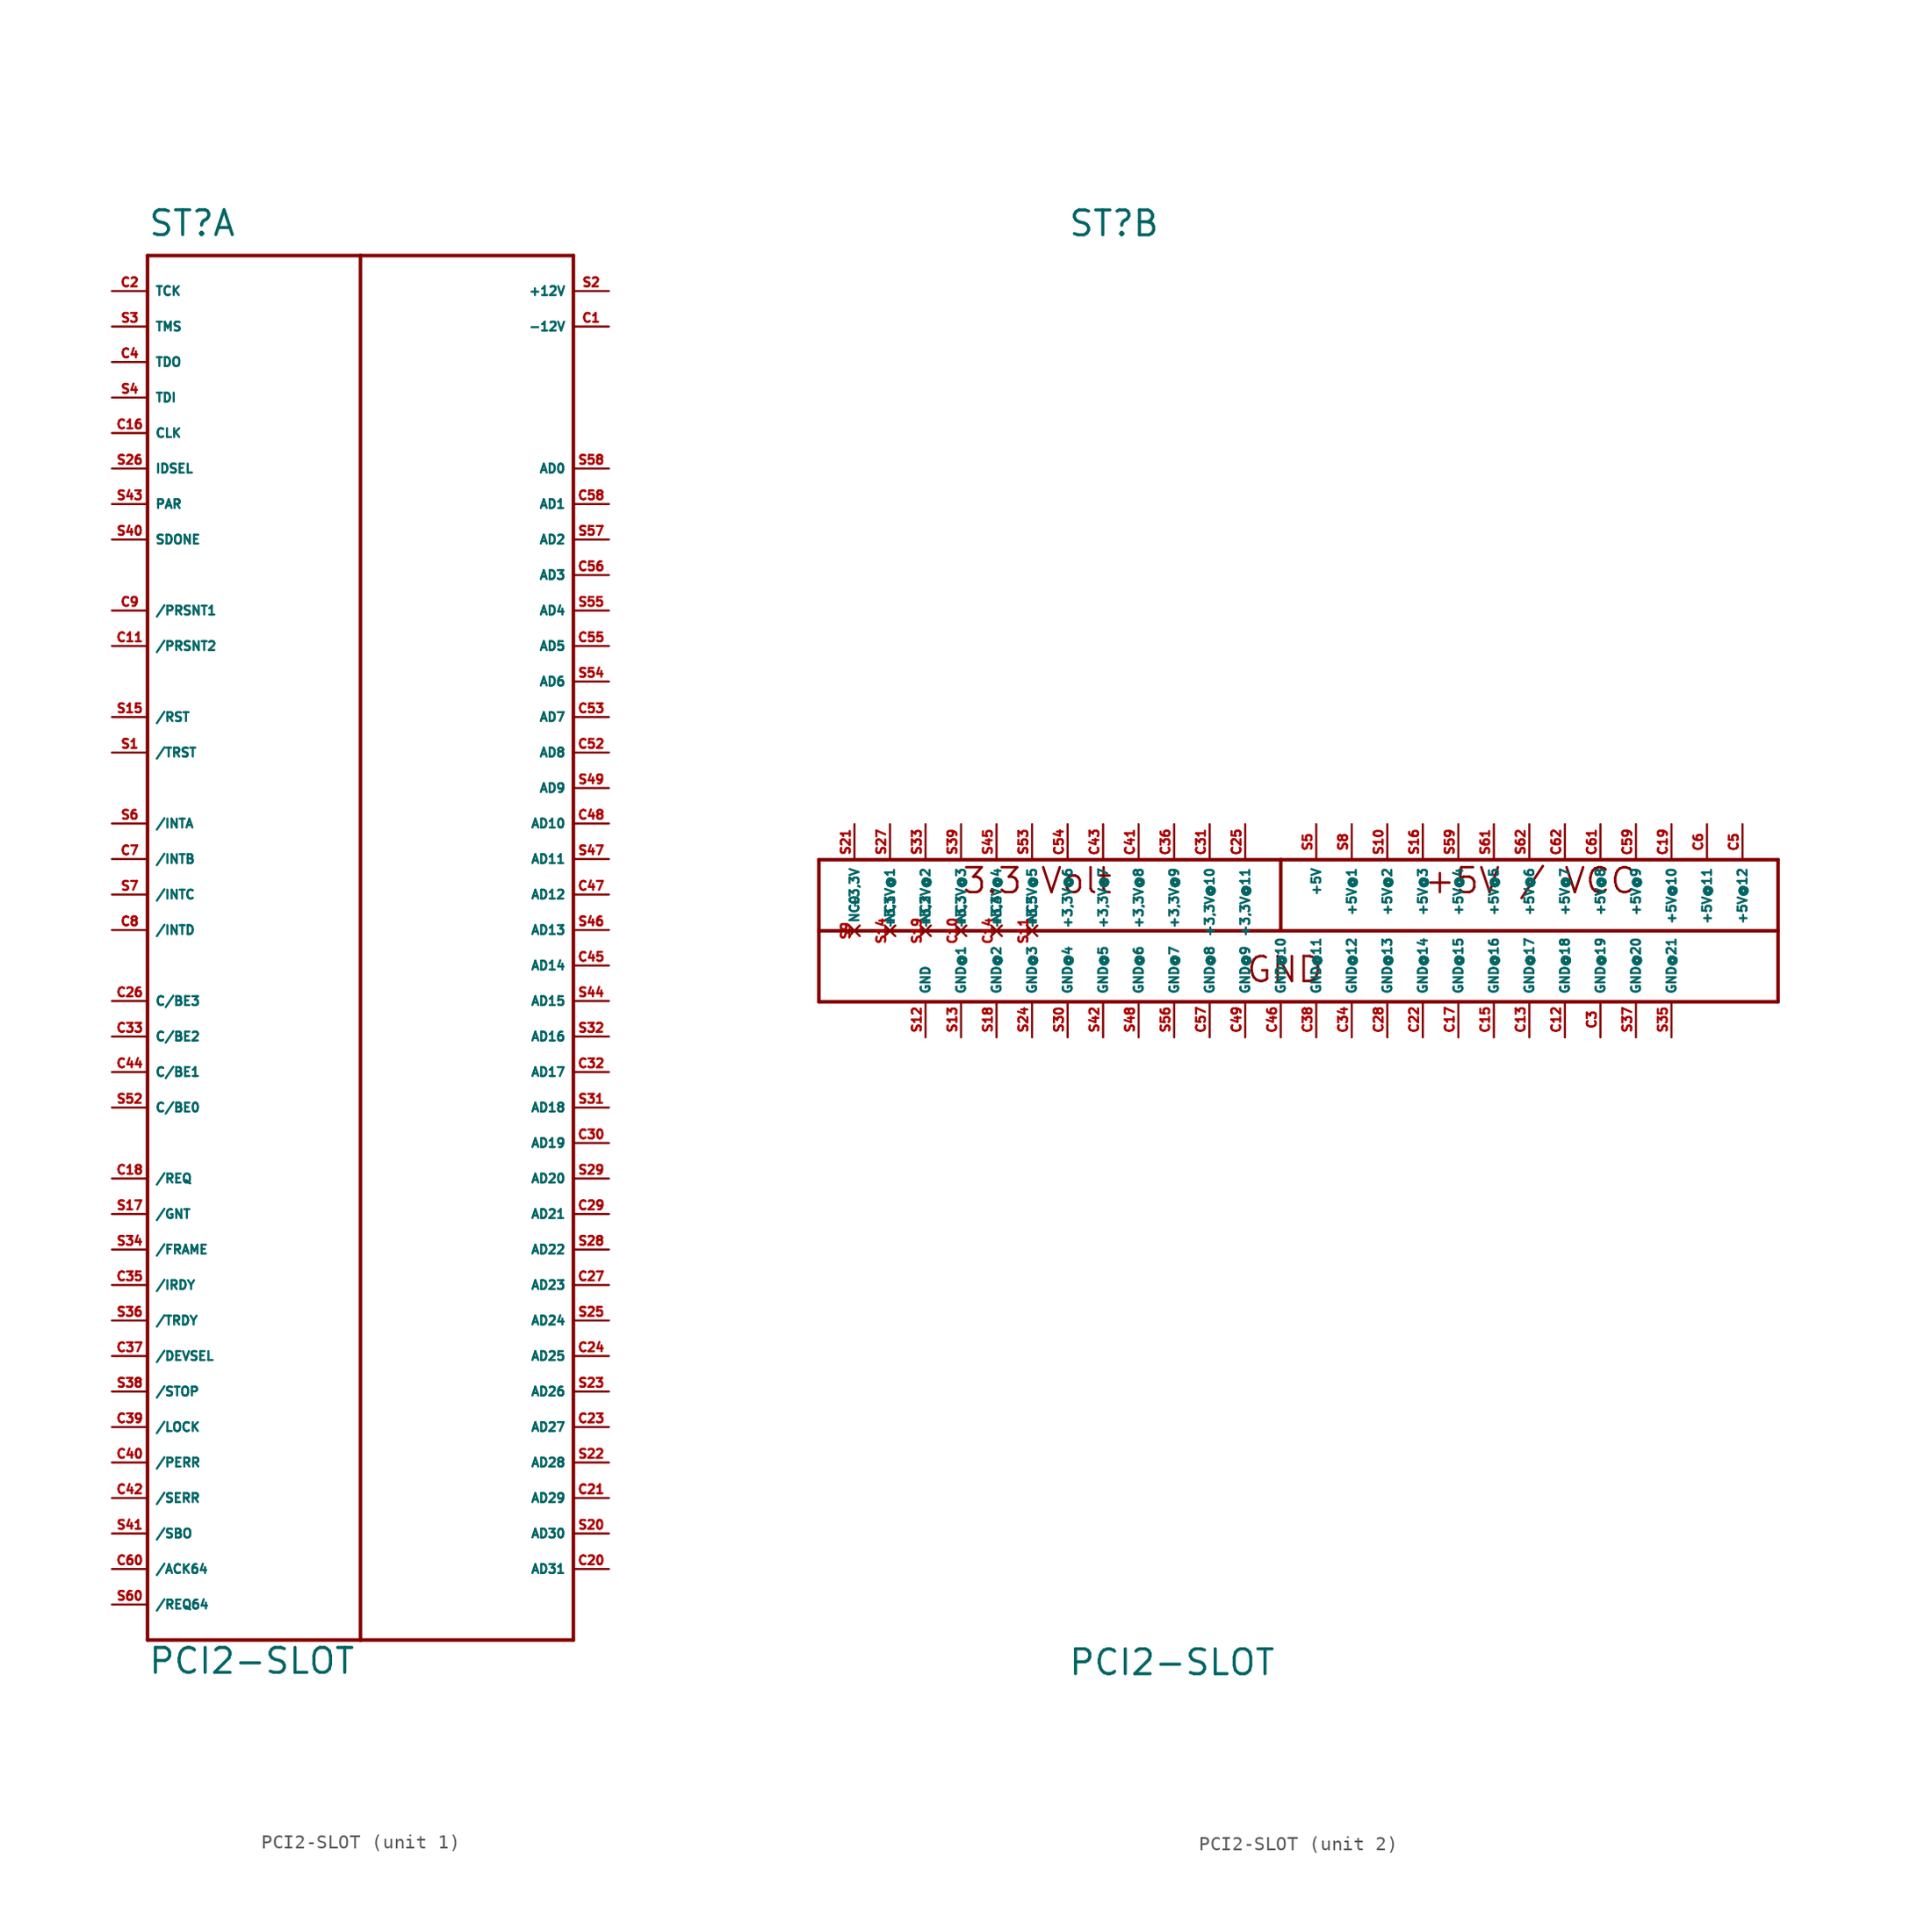
<source format=kicad_sym>
(kicad_symbol_lib
  (version 20220914)
  (generator Eagle2Kicad)
  (symbol "PCI2-SLOT"
    (property "Reference" "ST"
      (at -15.24 49.53 0)
      (effects (font (size 1.778 1.778) (thickness 0.22)) (justify left bottom)))
    (property "Value" "PCI2-SLOT"
      (at -15.24 -53.34 0)
      (effects (font (size 1.778 1.778) (thickness 0.22)) (justify left bottom)))
    (symbol "PCI2-SLOT_1_0"
      (polyline (pts (xy -15.24 48.26) (xy 0 48.26)) (stroke (width 0.254) (type default)) (fill (type none)))
      (polyline (pts (xy 0 48.26) (xy 15.24 48.26)) (stroke (width 0.254) (type default)) (fill (type none)))
      (polyline (pts (xy 15.24 48.26) (xy 15.24 -50.8)) (stroke (width 0.254) (type default)) (fill (type none)))
      (polyline (pts (xy -15.24 -50.8) (xy -15.24 48.26)) (stroke (width 0.254) (type default)) (fill (type none)))
      (polyline (pts (xy -15.24 -50.8) (xy 0 -50.8)) (stroke (width 0.254) (type default)) (fill (type none)))
      (polyline (pts (xy 0 -50.8) (xy 15.24 -50.8)) (stroke (width 0.254) (type default)) (fill (type none)))
      (polyline (pts (xy 0 -50.8) (xy 0 48.26)) (stroke (width 0.254) (type default)) (fill (type none)))
      (pin passive line (at -17.78 -45.72 0) (length 2.54) (name "/ACK64" (effects (font (size 0.635 0.635) (thickness 0.08)) (justify left bottom))) (number "C60" (effects (font (size 0.635 0.635) (thickness 0.08)) (justify left bottom))))
      (pin passive line (at -17.78 -30.48 0) (length 2.54) (name "/DEVSEL" (effects (font (size 0.635 0.635) (thickness 0.08)) (justify left bottom))) (number "C37" (effects (font (size 0.635 0.635) (thickness 0.08)) (justify left bottom))))
      (pin passive line (at -17.78 -22.86 0) (length 2.54) (name "/FRAME" (effects (font (size 0.635 0.635) (thickness 0.08)) (justify left bottom))) (number "S34" (effects (font (size 0.635 0.635) (thickness 0.08)) (justify left bottom))))
      (pin passive line (at -17.78 -20.32 0) (length 2.54) (name "/GNT" (effects (font (size 0.635 0.635) (thickness 0.08)) (justify left bottom))) (number "S17" (effects (font (size 0.635 0.635) (thickness 0.08)) (justify left bottom))))
      (pin passive line (at -17.78 7.62 0) (length 2.54) (name "/INTA" (effects (font (size 0.635 0.635) (thickness 0.08)) (justify left bottom))) (number "S6" (effects (font (size 0.635 0.635) (thickness 0.08)) (justify left bottom))))
      (pin passive line (at -17.78 5.08 0) (length 2.54) (name "/INTB" (effects (font (size 0.635 0.635) (thickness 0.08)) (justify left bottom))) (number "C7" (effects (font (size 0.635 0.635) (thickness 0.08)) (justify left bottom))))
      (pin passive line (at -17.78 2.54 0) (length 2.54) (name "/INTC" (effects (font (size 0.635 0.635) (thickness 0.08)) (justify left bottom))) (number "S7" (effects (font (size 0.635 0.635) (thickness 0.08)) (justify left bottom))))
      (pin passive line (at -17.78 0 0) (length 2.54) (name "/INTD" (effects (font (size 0.635 0.635) (thickness 0.08)) (justify left bottom))) (number "C8" (effects (font (size 0.635 0.635) (thickness 0.08)) (justify left bottom))))
      (pin passive line (at -17.78 -25.4 0) (length 2.54) (name "/IRDY" (effects (font (size 0.635 0.635) (thickness 0.08)) (justify left bottom))) (number "C35" (effects (font (size 0.635 0.635) (thickness 0.08)) (justify left bottom))))
      (pin passive line (at -17.78 -35.56 0) (length 2.54) (name "/LOCK" (effects (font (size 0.635 0.635) (thickness 0.08)) (justify left bottom))) (number "C39" (effects (font (size 0.635 0.635) (thickness 0.08)) (justify left bottom))))
      (pin passive line (at -17.78 -38.1 0) (length 2.54) (name "/PERR" (effects (font (size 0.635 0.635) (thickness 0.08)) (justify left bottom))) (number "C40" (effects (font (size 0.635 0.635) (thickness 0.08)) (justify left bottom))))
      (pin passive line (at -17.78 22.86 0) (length 2.54) (name "/PRSNT1" (effects (font (size 0.635 0.635) (thickness 0.08)) (justify left bottom))) (number "C9" (effects (font (size 0.635 0.635) (thickness 0.08)) (justify left bottom))))
      (pin passive line (at -17.78 20.32 0) (length 2.54) (name "/PRSNT2" (effects (font (size 0.635 0.635) (thickness 0.08)) (justify left bottom))) (number "C11" (effects (font (size 0.635 0.635) (thickness 0.08)) (justify left bottom))))
      (pin passive line (at -17.78 -17.78 0) (length 2.54) (name "/REQ" (effects (font (size 0.635 0.635) (thickness 0.08)) (justify left bottom))) (number "C18" (effects (font (size 0.635 0.635) (thickness 0.08)) (justify left bottom))))
      (pin passive line (at -17.78 -48.26 0) (length 2.54) (name "/REQ64" (effects (font (size 0.635 0.635) (thickness 0.08)) (justify left bottom))) (number "S60" (effects (font (size 0.635 0.635) (thickness 0.08)) (justify left bottom))))
      (pin passive line (at -17.78 15.24 0) (length 2.54) (name "/RST" (effects (font (size 0.635 0.635) (thickness 0.08)) (justify left bottom))) (number "S15" (effects (font (size 0.635 0.635) (thickness 0.08)) (justify left bottom))))
      (pin passive line (at -17.78 -43.18 0) (length 2.54) (name "/SBO" (effects (font (size 0.635 0.635) (thickness 0.08)) (justify left bottom))) (number "S41" (effects (font (size 0.635 0.635) (thickness 0.08)) (justify left bottom))))
      (pin passive line (at -17.78 -40.64 0) (length 2.54) (name "/SERR" (effects (font (size 0.635 0.635) (thickness 0.08)) (justify left bottom))) (number "C42" (effects (font (size 0.635 0.635) (thickness 0.08)) (justify left bottom))))
      (pin passive line (at -17.78 -33.02 0) (length 2.54) (name "/STOP" (effects (font (size 0.635 0.635) (thickness 0.08)) (justify left bottom))) (number "S38" (effects (font (size 0.635 0.635) (thickness 0.08)) (justify left bottom))))
      (pin passive line (at -17.78 -27.94 0) (length 2.54) (name "/TRDY" (effects (font (size 0.635 0.635) (thickness 0.08)) (justify left bottom))) (number "S36" (effects (font (size 0.635 0.635) (thickness 0.08)) (justify left bottom))))
      (pin passive line (at -17.78 12.7 0) (length 2.54) (name "/TRST" (effects (font (size 0.635 0.635) (thickness 0.08)) (justify left bottom))) (number "S1" (effects (font (size 0.635 0.635) (thickness 0.08)) (justify left bottom))))
      (pin unspecified line (at 17.78 45.72 180) (length 2.54) (name "+12V" (effects (font (size 0.635 0.635) (thickness 0.08)) (justify left bottom))) (number "S2" (effects (font (size 0.635 0.635) (thickness 0.08)) (justify left bottom))))
      (pin unspecified line (at 17.78 43.18 180) (length 2.54) (name "-12V" (effects (font (size 0.635 0.635) (thickness 0.08)) (justify left bottom))) (number "C1" (effects (font (size 0.635 0.635) (thickness 0.08)) (justify left bottom))))
      (pin passive line (at 17.78 33.02 180) (length 2.54) (name "AD0" (effects (font (size 0.635 0.635) (thickness 0.08)) (justify left bottom))) (number "S58" (effects (font (size 0.635 0.635) (thickness 0.08)) (justify left bottom))))
      (pin passive line (at 17.78 30.48 180) (length 2.54) (name "AD1" (effects (font (size 0.635 0.635) (thickness 0.08)) (justify left bottom))) (number "C58" (effects (font (size 0.635 0.635) (thickness 0.08)) (justify left bottom))))
      (pin passive line (at 17.78 27.94 180) (length 2.54) (name "AD2" (effects (font (size 0.635 0.635) (thickness 0.08)) (justify left bottom))) (number "S57" (effects (font (size 0.635 0.635) (thickness 0.08)) (justify left bottom))))
      (pin passive line (at 17.78 25.4 180) (length 2.54) (name "AD3" (effects (font (size 0.635 0.635) (thickness 0.08)) (justify left bottom))) (number "C56" (effects (font (size 0.635 0.635) (thickness 0.08)) (justify left bottom))))
      (pin passive line (at 17.78 22.86 180) (length 2.54) (name "AD4" (effects (font (size 0.635 0.635) (thickness 0.08)) (justify left bottom))) (number "S55" (effects (font (size 0.635 0.635) (thickness 0.08)) (justify left bottom))))
      (pin passive line (at 17.78 20.32 180) (length 2.54) (name "AD5" (effects (font (size 0.635 0.635) (thickness 0.08)) (justify left bottom))) (number "C55" (effects (font (size 0.635 0.635) (thickness 0.08)) (justify left bottom))))
      (pin passive line (at 17.78 17.78 180) (length 2.54) (name "AD6" (effects (font (size 0.635 0.635) (thickness 0.08)) (justify left bottom))) (number "S54" (effects (font (size 0.635 0.635) (thickness 0.08)) (justify left bottom))))
      (pin passive line (at 17.78 15.24 180) (length 2.54) (name "AD7" (effects (font (size 0.635 0.635) (thickness 0.08)) (justify left bottom))) (number "C53" (effects (font (size 0.635 0.635) (thickness 0.08)) (justify left bottom))))
      (pin passive line (at 17.78 12.7 180) (length 2.54) (name "AD8" (effects (font (size 0.635 0.635) (thickness 0.08)) (justify left bottom))) (number "C52" (effects (font (size 0.635 0.635) (thickness 0.08)) (justify left bottom))))
      (pin passive line (at 17.78 10.16 180) (length 2.54) (name "AD9" (effects (font (size 0.635 0.635) (thickness 0.08)) (justify left bottom))) (number "S49" (effects (font (size 0.635 0.635) (thickness 0.08)) (justify left bottom))))
      (pin passive line (at 17.78 7.62 180) (length 2.54) (name "AD10" (effects (font (size 0.635 0.635) (thickness 0.08)) (justify left bottom))) (number "C48" (effects (font (size 0.635 0.635) (thickness 0.08)) (justify left bottom))))
      (pin passive line (at 17.78 5.08 180) (length 2.54) (name "AD11" (effects (font (size 0.635 0.635) (thickness 0.08)) (justify left bottom))) (number "S47" (effects (font (size 0.635 0.635) (thickness 0.08)) (justify left bottom))))
      (pin passive line (at 17.78 2.54 180) (length 2.54) (name "AD12" (effects (font (size 0.635 0.635) (thickness 0.08)) (justify left bottom))) (number "C47" (effects (font (size 0.635 0.635) (thickness 0.08)) (justify left bottom))))
      (pin passive line (at 17.78 0 180) (length 2.54) (name "AD13" (effects (font (size 0.635 0.635) (thickness 0.08)) (justify left bottom))) (number "S46" (effects (font (size 0.635 0.635) (thickness 0.08)) (justify left bottom))))
      (pin passive line (at 17.78 -2.54 180) (length 2.54) (name "AD14" (effects (font (size 0.635 0.635) (thickness 0.08)) (justify left bottom))) (number "C45" (effects (font (size 0.635 0.635) (thickness 0.08)) (justify left bottom))))
      (pin passive line (at 17.78 -5.08 180) (length 2.54) (name "AD15" (effects (font (size 0.635 0.635) (thickness 0.08)) (justify left bottom))) (number "S44" (effects (font (size 0.635 0.635) (thickness 0.08)) (justify left bottom))))
      (pin passive line (at 17.78 -7.62 180) (length 2.54) (name "AD16" (effects (font (size 0.635 0.635) (thickness 0.08)) (justify left bottom))) (number "S32" (effects (font (size 0.635 0.635) (thickness 0.08)) (justify left bottom))))
      (pin passive line (at 17.78 -10.16 180) (length 2.54) (name "AD17" (effects (font (size 0.635 0.635) (thickness 0.08)) (justify left bottom))) (number "C32" (effects (font (size 0.635 0.635) (thickness 0.08)) (justify left bottom))))
      (pin passive line (at 17.78 -12.7 180) (length 2.54) (name "AD18" (effects (font (size 0.635 0.635) (thickness 0.08)) (justify left bottom))) (number "S31" (effects (font (size 0.635 0.635) (thickness 0.08)) (justify left bottom))))
      (pin passive line (at 17.78 -15.24 180) (length 2.54) (name "AD19" (effects (font (size 0.635 0.635) (thickness 0.08)) (justify left bottom))) (number "C30" (effects (font (size 0.635 0.635) (thickness 0.08)) (justify left bottom))))
      (pin passive line (at 17.78 -17.78 180) (length 2.54) (name "AD20" (effects (font (size 0.635 0.635) (thickness 0.08)) (justify left bottom))) (number "S29" (effects (font (size 0.635 0.635) (thickness 0.08)) (justify left bottom))))
      (pin passive line (at 17.78 -20.32 180) (length 2.54) (name "AD21" (effects (font (size 0.635 0.635) (thickness 0.08)) (justify left bottom))) (number "C29" (effects (font (size 0.635 0.635) (thickness 0.08)) (justify left bottom))))
      (pin passive line (at 17.78 -22.86 180) (length 2.54) (name "AD22" (effects (font (size 0.635 0.635) (thickness 0.08)) (justify left bottom))) (number "S28" (effects (font (size 0.635 0.635) (thickness 0.08)) (justify left bottom))))
      (pin passive line (at 17.78 -25.4 180) (length 2.54) (name "AD23" (effects (font (size 0.635 0.635) (thickness 0.08)) (justify left bottom))) (number "C27" (effects (font (size 0.635 0.635) (thickness 0.08)) (justify left bottom))))
      (pin passive line (at 17.78 -27.94 180) (length 2.54) (name "AD24" (effects (font (size 0.635 0.635) (thickness 0.08)) (justify left bottom))) (number "S25" (effects (font (size 0.635 0.635) (thickness 0.08)) (justify left bottom))))
      (pin passive line (at 17.78 -30.48 180) (length 2.54) (name "AD25" (effects (font (size 0.635 0.635) (thickness 0.08)) (justify left bottom))) (number "C24" (effects (font (size 0.635 0.635) (thickness 0.08)) (justify left bottom))))
      (pin passive line (at 17.78 -33.02 180) (length 2.54) (name "AD26" (effects (font (size 0.635 0.635) (thickness 0.08)) (justify left bottom))) (number "S23" (effects (font (size 0.635 0.635) (thickness 0.08)) (justify left bottom))))
      (pin passive line (at 17.78 -35.56 180) (length 2.54) (name "AD27" (effects (font (size 0.635 0.635) (thickness 0.08)) (justify left bottom))) (number "C23" (effects (font (size 0.635 0.635) (thickness 0.08)) (justify left bottom))))
      (pin passive line (at 17.78 -38.1 180) (length 2.54) (name "AD28" (effects (font (size 0.635 0.635) (thickness 0.08)) (justify left bottom))) (number "S22" (effects (font (size 0.635 0.635) (thickness 0.08)) (justify left bottom))))
      (pin passive line (at 17.78 -40.64 180) (length 2.54) (name "AD29" (effects (font (size 0.635 0.635) (thickness 0.08)) (justify left bottom))) (number "C21" (effects (font (size 0.635 0.635) (thickness 0.08)) (justify left bottom))))
      (pin passive line (at 17.78 -43.18 180) (length 2.54) (name "AD30" (effects (font (size 0.635 0.635) (thickness 0.08)) (justify left bottom))) (number "S20" (effects (font (size 0.635 0.635) (thickness 0.08)) (justify left bottom))))
      (pin passive line (at 17.78 -45.72 180) (length 2.54) (name "AD31" (effects (font (size 0.635 0.635) (thickness 0.08)) (justify left bottom))) (number "C20" (effects (font (size 0.635 0.635) (thickness 0.08)) (justify left bottom))))
      (pin passive line (at -17.78 -12.7 0) (length 2.54) (name "C/BE0" (effects (font (size 0.635 0.635) (thickness 0.08)) (justify left bottom))) (number "S52" (effects (font (size 0.635 0.635) (thickness 0.08)) (justify left bottom))))
      (pin passive line (at -17.78 -10.16 0) (length 2.54) (name "C/BE1" (effects (font (size 0.635 0.635) (thickness 0.08)) (justify left bottom))) (number "C44" (effects (font (size 0.635 0.635) (thickness 0.08)) (justify left bottom))))
      (pin passive line (at -17.78 -7.62 0) (length 2.54) (name "C/BE2" (effects (font (size 0.635 0.635) (thickness 0.08)) (justify left bottom))) (number "C33" (effects (font (size 0.635 0.635) (thickness 0.08)) (justify left bottom))))
      (pin passive line (at -17.78 -5.08 0) (length 2.54) (name "C/BE3" (effects (font (size 0.635 0.635) (thickness 0.08)) (justify left bottom))) (number "C26" (effects (font (size 0.635 0.635) (thickness 0.08)) (justify left bottom))))
      (pin passive line (at -17.78 35.56 0) (length 2.54) (name "CLK" (effects (font (size 0.635 0.635) (thickness 0.08)) (justify left bottom))) (number "C16" (effects (font (size 0.635 0.635) (thickness 0.08)) (justify left bottom))))
      (pin passive line (at -17.78 33.02 0) (length 2.54) (name "IDSEL" (effects (font (size 0.635 0.635) (thickness 0.08)) (justify left bottom))) (number "S26" (effects (font (size 0.635 0.635) (thickness 0.08)) (justify left bottom))))
      (pin passive line (at -17.78 30.48 0) (length 2.54) (name "PAR" (effects (font (size 0.635 0.635) (thickness 0.08)) (justify left bottom))) (number "S43" (effects (font (size 0.635 0.635) (thickness 0.08)) (justify left bottom))))
      (pin passive line (at -17.78 27.94 0) (length 2.54) (name "SDONE" (effects (font (size 0.635 0.635) (thickness 0.08)) (justify left bottom))) (number "S40" (effects (font (size 0.635 0.635) (thickness 0.08)) (justify left bottom))))
      (pin passive line (at -17.78 45.72 0) (length 2.54) (name "TCK" (effects (font (size 0.635 0.635) (thickness 0.08)) (justify left bottom))) (number "C2" (effects (font (size 0.635 0.635) (thickness 0.08)) (justify left bottom))))
      (pin passive line (at -17.78 38.1 0) (length 2.54) (name "TDI" (effects (font (size 0.635 0.635) (thickness 0.08)) (justify left bottom))) (number "S4" (effects (font (size 0.635 0.635) (thickness 0.08)) (justify left bottom))))
      (pin passive line (at -17.78 40.64 0) (length 2.54) (name "TDO" (effects (font (size 0.635 0.635) (thickness 0.08)) (justify left bottom))) (number "C4" (effects (font (size 0.635 0.635) (thickness 0.08)) (justify left bottom))))
      (pin passive line (at -17.78 43.18 0) (length 2.54) (name "TMS" (effects (font (size 0.635 0.635) (thickness 0.08)) (justify left bottom))) (number "S3" (effects (font (size 0.635 0.635) (thickness 0.08)) (justify left bottom)))))
    (symbol "PCI2-SLOT_2_0"
      (polyline (pts (xy -33.02 5.08) (xy 0 5.08)) (stroke (width 0.254) (type default)) (fill (type none)))
      (polyline (pts (xy 0 5.08) (xy 35.56 5.08)) (stroke (width 0.254) (type default)) (fill (type none)))
      (polyline (pts (xy 35.56 5.08) (xy 35.56 0)) (stroke (width 0.254) (type default)) (fill (type none)))
      (polyline (pts (xy 35.56 0) (xy 35.56 -5.08)) (stroke (width 0.254) (type default)) (fill (type none)))
      (polyline (pts (xy 35.56 -5.08) (xy -33.02 -5.08)) (stroke (width 0.254) (type default)) (fill (type none)))
      (polyline (pts (xy -33.02 -5.08) (xy -33.02 0)) (stroke (width 0.254) (type default)) (fill (type none)))
      (polyline (pts (xy -33.02 0) (xy -33.02 5.08)) (stroke (width 0.254) (type default)) (fill (type none)))
      (polyline (pts (xy -33.02 0) (xy 0 0)) (stroke (width 0.254) (type default)) (fill (type none)))
      (polyline (pts (xy 0 0) (xy 35.56 0)) (stroke (width 0.254) (type default)) (fill (type none)))
      (polyline (pts (xy 0 0) (xy 0 5.08)) (stroke (width 0.254) (type default)) (fill (type none)))
      (text "3.3 Volt" (at -22.86 2.54 0) (effects (font (size 1.778 1.778) (thickness 0.18)) (justify left bottom)))
      (text "+5V / VCC" (at 10.16 2.54 0) (effects (font (size 1.778 1.778) (thickness 0.18)) (justify left bottom)))
      (text "GND" (at -2.54 -3.81 0) (effects (font (size 1.778 1.778) (thickness 0.18)) (justify left bottom)))
      (pin unspecified line (at -30.48 7.62 270) (length 2.54) (name "+3,3V" (effects (font (size 0.635 0.635) (thickness 0.08)) (justify left bottom))) (number "S21" (effects (font (size 0.635 0.635) (thickness 0.08)) (justify left bottom))))
      (pin unspecified line (at -27.94 7.62 270) (length 2.54) (name "+3,3V@1" (effects (font (size 0.635 0.635) (thickness 0.08)) (justify left bottom))) (number "S27" (effects (font (size 0.635 0.635) (thickness 0.08)) (justify left bottom))))
      (pin unspecified line (at -25.4 7.62 270) (length 2.54) (name "+3,3V@2" (effects (font (size 0.635 0.635) (thickness 0.08)) (justify left bottom))) (number "S33" (effects (font (size 0.635 0.635) (thickness 0.08)) (justify left bottom))))
      (pin passive line (at -22.86 7.62 270) (length 2.54) (name "+3,3V@3" (effects (font (size 0.635 0.635) (thickness 0.08)) (justify left bottom))) (number "S39" (effects (font (size 0.635 0.635) (thickness 0.08)) (justify left bottom))))
      (pin unspecified line (at -20.32 7.62 270) (length 2.54) (name "+3,3V@4" (effects (font (size 0.635 0.635) (thickness 0.08)) (justify left bottom))) (number "S45" (effects (font (size 0.635 0.635) (thickness 0.08)) (justify left bottom))))
      (pin unspecified line (at -17.78 7.62 270) (length 2.54) (name "+3,3V@5" (effects (font (size 0.635 0.635) (thickness 0.08)) (justify left bottom))) (number "S53" (effects (font (size 0.635 0.635) (thickness 0.08)) (justify left bottom))))
      (pin unspecified line (at -2.54 7.62 270) (length 2.54) (name "+3,3V@11" (effects (font (size 0.635 0.635) (thickness 0.08)) (justify left bottom))) (number "C25" (effects (font (size 0.635 0.635) (thickness 0.08)) (justify left bottom))))
      (pin unspecified line (at -5.08 7.62 270) (length 2.54) (name "+3,3V@10" (effects (font (size 0.635 0.635) (thickness 0.08)) (justify left bottom))) (number "C31" (effects (font (size 0.635 0.635) (thickness 0.08)) (justify left bottom))))
      (pin unspecified line (at -7.62 7.62 270) (length 2.54) (name "+3,3V@9" (effects (font (size 0.635 0.635) (thickness 0.08)) (justify left bottom))) (number "C36" (effects (font (size 0.635 0.635) (thickness 0.08)) (justify left bottom))))
      (pin unspecified line (at -10.16 7.62 270) (length 2.54) (name "+3,3V@8" (effects (font (size 0.635 0.635) (thickness 0.08)) (justify left bottom))) (number "C41" (effects (font (size 0.635 0.635) (thickness 0.08)) (justify left bottom))))
      (pin unspecified line (at -12.7 7.62 270) (length 2.54) (name "+3,3V@7" (effects (font (size 0.635 0.635) (thickness 0.08)) (justify left bottom))) (number "C43" (effects (font (size 0.635 0.635) (thickness 0.08)) (justify left bottom))))
      (pin unspecified line (at -15.24 7.62 270) (length 2.54) (name "+3,3V@6" (effects (font (size 0.635 0.635) (thickness 0.08)) (justify left bottom))) (number "C54" (effects (font (size 0.635 0.635) (thickness 0.08)) (justify left bottom))))
      (pin unspecified line (at 2.54 7.62 270) (length 2.54) (name "+5V" (effects (font (size 0.635 0.635) (thickness 0.08)) (justify left bottom))) (number "S5" (effects (font (size 0.635 0.635) (thickness 0.08)) (justify left bottom))))
      (pin unspecified line (at 5.08 7.62 270) (length 2.54) (name "+5V@1" (effects (font (size 0.635 0.635) (thickness 0.08)) (justify left bottom))) (number "S8" (effects (font (size 0.635 0.635) (thickness 0.08)) (justify left bottom))))
      (pin unspecified line (at 7.62 7.62 270) (length 2.54) (name "+5V@2" (effects (font (size 0.635 0.635) (thickness 0.08)) (justify left bottom))) (number "S10" (effects (font (size 0.635 0.635) (thickness 0.08)) (justify left bottom))))
      (pin unspecified line (at 10.16 7.62 270) (length 2.54) (name "+5V@3" (effects (font (size 0.635 0.635) (thickness 0.08)) (justify left bottom))) (number "S16" (effects (font (size 0.635 0.635) (thickness 0.08)) (justify left bottom))))
      (pin unspecified line (at 12.7 7.62 270) (length 2.54) (name "+5V@4" (effects (font (size 0.635 0.635) (thickness 0.08)) (justify left bottom))) (number "S59" (effects (font (size 0.635 0.635) (thickness 0.08)) (justify left bottom))))
      (pin unspecified line (at 15.24 7.62 270) (length 2.54) (name "+5V@5" (effects (font (size 0.635 0.635) (thickness 0.08)) (justify left bottom))) (number "S61" (effects (font (size 0.635 0.635) (thickness 0.08)) (justify left bottom))))
      (pin unspecified line (at 17.78 7.62 270) (length 2.54) (name "+5V@6" (effects (font (size 0.635 0.635) (thickness 0.08)) (justify left bottom))) (number "S62" (effects (font (size 0.635 0.635) (thickness 0.08)) (justify left bottom))))
      (pin unspecified line (at 33.02 7.62 270) (length 2.54) (name "+5V@12" (effects (font (size 0.635 0.635) (thickness 0.08)) (justify left bottom))) (number "C5" (effects (font (size 0.635 0.635) (thickness 0.08)) (justify left bottom))))
      (pin unspecified line (at 30.48 7.62 270) (length 2.54) (name "+5V@11" (effects (font (size 0.635 0.635) (thickness 0.08)) (justify left bottom))) (number "C6" (effects (font (size 0.635 0.635) (thickness 0.08)) (justify left bottom))))
      (pin unspecified line (at 27.94 7.62 270) (length 2.54) (name "+5V@10" (effects (font (size 0.635 0.635) (thickness 0.08)) (justify left bottom))) (number "C19" (effects (font (size 0.635 0.635) (thickness 0.08)) (justify left bottom))))
      (pin unspecified line (at 25.4 7.62 270) (length 2.54) (name "+5V@9" (effects (font (size 0.635 0.635) (thickness 0.08)) (justify left bottom))) (number "C59" (effects (font (size 0.635 0.635) (thickness 0.08)) (justify left bottom))))
      (pin unspecified line (at 22.86 7.62 270) (length 2.54) (name "+5V@8" (effects (font (size 0.635 0.635) (thickness 0.08)) (justify left bottom))) (number "C61" (effects (font (size 0.635 0.635) (thickness 0.08)) (justify left bottom))))
      (pin unspecified line (at 20.32 7.62 270) (length 2.54) (name "+5V@7" (effects (font (size 0.635 0.635) (thickness 0.08)) (justify left bottom))) (number "C62" (effects (font (size 0.635 0.635) (thickness 0.08)) (justify left bottom))))
      (pin unspecified line (at -25.4 -7.62 90) (length 2.54) (name "GND" (effects (font (size 0.635 0.635) (thickness 0.08)) (justify left bottom))) (number "S12" (effects (font (size 0.635 0.635) (thickness 0.08)) (justify left bottom))))
      (pin unspecified line (at -22.86 -7.62 90) (length 2.54) (name "GND@1" (effects (font (size 0.635 0.635) (thickness 0.08)) (justify left bottom))) (number "S13" (effects (font (size 0.635 0.635) (thickness 0.08)) (justify left bottom))))
      (pin unspecified line (at -20.32 -7.62 90) (length 2.54) (name "GND@2" (effects (font (size 0.635 0.635) (thickness 0.08)) (justify left bottom))) (number "S18" (effects (font (size 0.635 0.635) (thickness 0.08)) (justify left bottom))))
      (pin unspecified line (at -17.78 -7.62 90) (length 2.54) (name "GND@3" (effects (font (size 0.635 0.635) (thickness 0.08)) (justify left bottom))) (number "S24" (effects (font (size 0.635 0.635) (thickness 0.08)) (justify left bottom))))
      (pin unspecified line (at -15.24 -7.62 90) (length 2.54) (name "GND@4" (effects (font (size 0.635 0.635) (thickness 0.08)) (justify left bottom))) (number "S30" (effects (font (size 0.635 0.635) (thickness 0.08)) (justify left bottom))))
      (pin unspecified line (at 25.4 -7.62 90) (length 2.54) (name "GND@20" (effects (font (size 0.635 0.635) (thickness 0.08)) (justify left bottom))) (number "S37" (effects (font (size 0.635 0.635) (thickness 0.08)) (justify left bottom))))
      (pin passive line (at 27.94 -7.62 90) (length 2.54) (name "GND@21" (effects (font (size 0.635 0.635) (thickness 0.08)) (justify left bottom))) (number "S35" (effects (font (size 0.635 0.635) (thickness 0.08)) (justify left bottom))))
      (pin unspecified line (at -12.7 -7.62 90) (length 2.54) (name "GND@5" (effects (font (size 0.635 0.635) (thickness 0.08)) (justify left bottom))) (number "S42" (effects (font (size 0.635 0.635) (thickness 0.08)) (justify left bottom))))
      (pin unspecified line (at -10.16 -7.62 90) (length 2.54) (name "GND@6" (effects (font (size 0.635 0.635) (thickness 0.08)) (justify left bottom))) (number "S48" (effects (font (size 0.635 0.635) (thickness 0.08)) (justify left bottom))))
      (pin unspecified line (at -7.62 -7.62 90) (length 2.54) (name "GND@7" (effects (font (size 0.635 0.635) (thickness 0.08)) (justify left bottom))) (number "S56" (effects (font (size 0.635 0.635) (thickness 0.08)) (justify left bottom))))
      (pin unspecified line (at 22.86 -7.62 90) (length 2.54) (name "GND@19" (effects (font (size 0.635 0.635) (thickness 0.08)) (justify left bottom))) (number "C3" (effects (font (size 0.635 0.635) (thickness 0.08)) (justify left bottom))))
      (pin unspecified line (at 20.32 -7.62 90) (length 2.54) (name "GND@18" (effects (font (size 0.635 0.635) (thickness 0.08)) (justify left bottom))) (number "C12" (effects (font (size 0.635 0.635) (thickness 0.08)) (justify left bottom))))
      (pin unspecified line (at 17.78 -7.62 90) (length 2.54) (name "GND@17" (effects (font (size 0.635 0.635) (thickness 0.08)) (justify left bottom))) (number "C13" (effects (font (size 0.635 0.635) (thickness 0.08)) (justify left bottom))))
      (pin unspecified line (at 15.24 -7.62 90) (length 2.54) (name "GND@16" (effects (font (size 0.635 0.635) (thickness 0.08)) (justify left bottom))) (number "C15" (effects (font (size 0.635 0.635) (thickness 0.08)) (justify left bottom))))
      (pin unspecified line (at 12.7 -7.62 90) (length 2.54) (name "GND@15" (effects (font (size 0.635 0.635) (thickness 0.08)) (justify left bottom))) (number "C17" (effects (font (size 0.635 0.635) (thickness 0.08)) (justify left bottom))))
      (pin unspecified line (at 10.16 -7.62 90) (length 2.54) (name "GND@14" (effects (font (size 0.635 0.635) (thickness 0.08)) (justify left bottom))) (number "C22" (effects (font (size 0.635 0.635) (thickness 0.08)) (justify left bottom))))
      (pin unspecified line (at 7.62 -7.62 90) (length 2.54) (name "GND@13" (effects (font (size 0.635 0.635) (thickness 0.08)) (justify left bottom))) (number "C28" (effects (font (size 0.635 0.635) (thickness 0.08)) (justify left bottom))))
      (pin unspecified line (at 5.08 -7.62 90) (length 2.54) (name "GND@12" (effects (font (size 0.635 0.635) (thickness 0.08)) (justify left bottom))) (number "C34" (effects (font (size 0.635 0.635) (thickness 0.08)) (justify left bottom))))
      (pin unspecified line (at 2.54 -7.62 90) (length 2.54) (name "GND@11" (effects (font (size 0.635 0.635) (thickness 0.08)) (justify left bottom))) (number "C38" (effects (font (size 0.635 0.635) (thickness 0.08)) (justify left bottom))))
      (pin unspecified line (at 0 -7.62 90) (length 2.54) (name "GND@10" (effects (font (size 0.635 0.635) (thickness 0.08)) (justify left bottom))) (number "C46" (effects (font (size 0.635 0.635) (thickness 0.08)) (justify left bottom))))
      (pin unspecified line (at -2.54 -7.62 90) (length 2.54) (name "GND@9" (effects (font (size 0.635 0.635) (thickness 0.08)) (justify left bottom))) (number "C49" (effects (font (size 0.635 0.635) (thickness 0.08)) (justify left bottom))))
      (pin unspecified line (at -5.08 -7.62 90) (length 2.54) (name "GND@8" (effects (font (size 0.635 0.635) (thickness 0.08)) (justify left bottom))) (number "C57" (effects (font (size 0.635 0.635) (thickness 0.08)) (justify left bottom))))
      (pin no_connect line (at -30.48 0 90) (length 0) (name "NC0" (effects (font (size 0.635 0.635) (thickness 0.08)) (justify left bottom) hide)) (number "S9" (effects (font (size 0.635 0.635) (thickness 0.08)) (justify left bottom) hide)))
      (pin no_connect line (at -17.78 0 90) (length 0) (name "NC5" (effects (font (size 0.635 0.635) (thickness 0.08)) (justify left bottom) hide)) (number "S11" (effects (font (size 0.635 0.635) (thickness 0.08)) (justify left bottom) hide)))
      (pin no_connect line (at -27.94 0 90) (length 0) (name "NC1" (effects (font (size 0.635 0.635) (thickness 0.08)) (justify left bottom) hide)) (number "S14" (effects (font (size 0.635 0.635) (thickness 0.08)) (justify left bottom) hide)))
      (pin no_connect line (at -25.4 0 90) (length 0) (name "NC2" (effects (font (size 0.635 0.635) (thickness 0.08)) (justify left bottom) hide)) (number "S19" (effects (font (size 0.635 0.635) (thickness 0.08)) (justify left bottom) hide)))
      (pin no_connect line (at -22.86 0 90) (length 0) (name "NC3" (effects (font (size 0.635 0.635) (thickness 0.08)) (justify left bottom) hide)) (number "C10" (effects (font (size 0.635 0.635) (thickness 0.08)) (justify left bottom) hide)))
      (pin no_connect line (at -20.32 0 90) (length 0) (name "NC4" (effects (font (size 0.635 0.635) (thickness 0.08)) (justify left bottom) hide)) (number "C14" (effects (font (size 0.635 0.635) (thickness 0.08)) (justify left bottom) hide))))))
</source>
